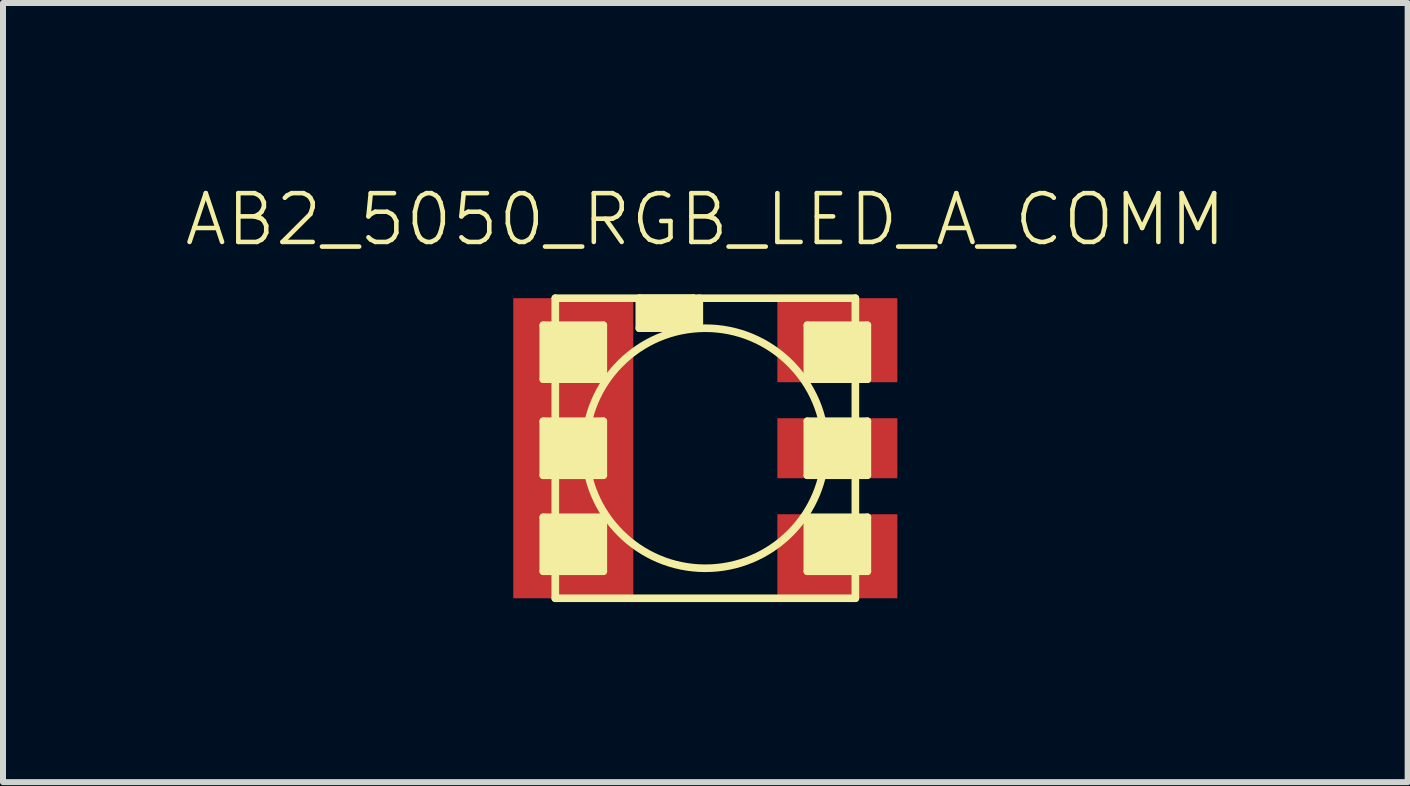
<source format=kicad_pcb>
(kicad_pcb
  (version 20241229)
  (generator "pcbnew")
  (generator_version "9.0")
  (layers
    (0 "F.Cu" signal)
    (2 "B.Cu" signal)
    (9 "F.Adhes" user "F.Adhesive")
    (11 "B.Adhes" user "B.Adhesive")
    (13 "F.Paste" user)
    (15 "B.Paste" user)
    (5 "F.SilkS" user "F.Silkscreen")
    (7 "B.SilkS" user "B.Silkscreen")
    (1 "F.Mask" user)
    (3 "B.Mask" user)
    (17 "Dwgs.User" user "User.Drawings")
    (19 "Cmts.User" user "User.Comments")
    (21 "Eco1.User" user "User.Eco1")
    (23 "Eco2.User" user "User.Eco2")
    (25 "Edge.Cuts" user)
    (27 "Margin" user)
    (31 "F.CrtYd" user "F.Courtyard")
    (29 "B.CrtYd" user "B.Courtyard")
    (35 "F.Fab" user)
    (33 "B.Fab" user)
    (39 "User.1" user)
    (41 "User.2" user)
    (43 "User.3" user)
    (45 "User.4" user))
  (footprint "AB2_5050_RGB_LED_A_COMM"
    (layer "F.Cu")
    (at 8.703 4.419)
    (property "Reference" "AB2_5050_RGB_LED_A_COMM" (at 0 -3.81 0) (layer "F.SilkS") (effects (font (size 0.813 0.813) (thickness 0.076))))
    (attr through_hole)
    (fp_line (start -2.7 -2.05) (end -2.7 -1.15) (stroke (width 0.127) (type solid)) (layer "F.SilkS"))
    (fp_line (start -2.7 -1.15) (end -1.7 -1.15) (stroke (width 0.127) (type solid)) (layer "F.SilkS"))
    (fp_line (start -2.7 -0.45) (end -1.7 -0.45) (stroke (width 0.127) (type solid)) (layer "F.SilkS"))
    (fp_line (start -2.7 0.45) (end -2.7 -0.45) (stroke (width 0.127) (type solid)) (layer "F.SilkS"))
    (fp_line (start -2.7 1.15) (end -2.7 2.05) (stroke (width 0.127) (type solid)) (layer "F.SilkS"))
    (fp_line (start -2.7 2.05) (end -1.7 2.05) (stroke (width 0.127) (type solid)) (layer "F.SilkS"))
    (fp_line (start -2.6 -1.95) (end -2.6 -1.25) (stroke (width 0.127) (type solid)) (layer "F.SilkS"))
    (fp_line (start -2.6 -1.25) (end -1.8 -1.25) (stroke (width 0.127) (type solid)) (layer "F.SilkS"))
    (fp_line (start -2.6 -0.35) (end -1.8 -0.35) (stroke (width 0.127) (type solid)) (layer "F.SilkS"))
    (fp_line (start -2.6 0.35) (end -2.6 -0.35) (stroke (width 0.127) (type solid)) (layer "F.SilkS"))
    (fp_line (start -2.6 1.25) (end -2.6 1.95) (stroke (width 0.127) (type solid)) (layer "F.SilkS"))
    (fp_line (start -2.6 1.95) (end -1.8 1.95) (stroke (width 0.127) (type solid)) (layer "F.SilkS"))
    (fp_line (start -2.5 -2.5) (end 2.5 -2.5) (stroke (width 0.127) (type solid)) (layer "F.SilkS"))
    (fp_line (start -2.5 -0.25) (end -1.9 -0.25) (stroke (width 0.127) (type solid)) (layer "F.SilkS"))
    (fp_line (start -2.5 0.25) (end -2.5 -0.25) (stroke (width 0.127) (type solid)) (layer "F.SilkS"))
    (fp_line (start -2.5 1.35) (end -2.5 1.85) (stroke (width 0.127) (type solid)) (layer "F.SilkS"))
    (fp_line (start -2.5 1.85) (end -1.9 1.85) (stroke (width 0.127) (type solid)) (layer "F.SilkS"))
    (fp_line (start -2.5 2.5) (end -2.5 -2.5) (stroke (width 0.127) (type solid)) (layer "F.SilkS"))
    (fp_line (start -2.4 -1.85) (end -2.4 -1.35) (stroke (width 0.127) (type solid)) (layer "F.SilkS"))
    (fp_line (start -2.4 -1.35) (end -1.9 -1.35) (stroke (width 0.127) (type solid)) (layer "F.SilkS"))
    (fp_line (start -2.4 -0.15) (end -2.05 -0.15) (stroke (width 0.127) (type solid)) (layer "F.SilkS"))
    (fp_line (start -2.4 0.15) (end -2.4 -0.15) (stroke (width 0.127) (type solid)) (layer "F.SilkS"))
    (fp_line (start -2.4 1.45) (end -2.4 1.75) (stroke (width 0.127) (type solid)) (layer "F.SilkS"))
    (fp_line (start -2.4 1.75) (end -2 1.75) (stroke (width 0.127) (type solid)) (layer "F.SilkS"))
    (fp_line (start -2.3 -1.75) (end -2.3 -1.45) (stroke (width 0.127) (type solid)) (layer "F.SilkS"))
    (fp_line (start -2.3 -1.45) (end -2 -1.45) (stroke (width 0.127) (type solid)) (layer "F.SilkS"))
    (fp_line (start -2.3 -0.05) (end -2.15 -0.05) (stroke (width 0.127) (type solid)) (layer "F.SilkS"))
    (fp_line (start -2.3 0.05) (end -2.3 -0.05) (stroke (width 0.127) (type solid)) (layer "F.SilkS"))
    (fp_line (start -2.3 1.55) (end -2.3 1.7) (stroke (width 0.127) (type solid)) (layer "F.SilkS"))
    (fp_line (start -2.3 1.65) (end -2.15 1.65) (stroke (width 0.127) (type solid)) (layer "F.SilkS"))
    (fp_line (start -2.25 1.7) (end -2.1 1.7) (stroke (width 0.127) (type solid)) (layer "F.SilkS"))
    (fp_line (start -2.2 -1.65) (end -2.2 -1.55) (stroke (width 0.127) (type solid)) (layer "F.SilkS"))
    (fp_line (start -2.2 -1.55) (end -2.1 -1.55) (stroke (width 0.127) (type solid)) (layer "F.SilkS"))
    (fp_line (start -2.15 -0.05) (end -2.15 0.05) (stroke (width 0.127) (type solid)) (layer "F.SilkS"))
    (fp_line (start -2.15 0.05) (end -2.3 0.05) (stroke (width 0.127) (type solid)) (layer "F.SilkS"))
    (fp_line (start -2.1 -1.65) (end -2.2 -1.65) (stroke (width 0.127) (type solid)) (layer "F.SilkS"))
    (fp_line (start -2.1 -1.55) (end -2.1 -1.65) (stroke (width 0.127) (type solid)) (layer "F.SilkS"))
    (fp_line (start -2.1 1.55) (end -2.3 1.55) (stroke (width 0.127) (type solid)) (layer "F.SilkS"))
    (fp_line (start -2.1 1.7) (end -2.1 1.6) (stroke (width 0.127) (type solid)) (layer "F.SilkS"))
    (fp_line (start -2.05 -0.15) (end -2.05 0.15) (stroke (width 0.127) (type solid)) (layer "F.SilkS"))
    (fp_line (start -2.05 0.15) (end -2.35 0.15) (stroke (width 0.127) (type solid)) (layer "F.SilkS"))
    (fp_line (start -2 -1.75) (end -2.3 -1.75) (stroke (width 0.127) (type solid)) (layer "F.SilkS"))
    (fp_line (start -2 -1.45) (end -2 -1.75) (stroke (width 0.127) (type solid)) (layer "F.SilkS"))
    (fp_line (start -2 1.45) (end -2.4 1.45) (stroke (width 0.127) (type solid)) (layer "F.SilkS"))
    (fp_line (start -2 1.75) (end -2 1.45) (stroke (width 0.127) (type solid)) (layer "F.SilkS"))
    (fp_line (start -1.9 -1.85) (end -2.4 -1.85) (stroke (width 0.127) (type solid)) (layer "F.SilkS"))
    (fp_line (start -1.9 -1.35) (end -1.9 -1.85) (stroke (width 0.127) (type solid)) (layer "F.SilkS"))
    (fp_line (start -1.9 -0.25) (end -1.9 0.25) (stroke (width 0.127) (type solid)) (layer "F.SilkS"))
    (fp_line (start -1.9 0.25) (end -2.5 0.25) (stroke (width 0.127) (type solid)) (layer "F.SilkS"))
    (fp_line (start -1.9 1.35) (end -2.5 1.35) (stroke (width 0.127) (type solid)) (layer "F.SilkS"))
    (fp_line (start -1.9 1.85) (end -1.9 1.35) (stroke (width 0.127) (type solid)) (layer "F.SilkS"))
    (fp_line (start -1.8 -1.95) (end -2.6 -1.95) (stroke (width 0.127) (type solid)) (layer "F.SilkS"))
    (fp_line (start -1.8 -1.25) (end -1.8 -1.95) (stroke (width 0.127) (type solid)) (layer "F.SilkS"))
    (fp_line (start -1.8 -0.35) (end -1.8 0.35) (stroke (width 0.127) (type solid)) (layer "F.SilkS"))
    (fp_line (start -1.8 0.35) (end -2.6 0.35) (stroke (width 0.127) (type solid)) (layer "F.SilkS"))
    (fp_line (start -1.8 1.25) (end -2.6 1.25) (stroke (width 0.127) (type solid)) (layer "F.SilkS"))
    (fp_line (start -1.8 1.95) (end -1.8 1.25) (stroke (width 0.127) (type solid)) (layer "F.SilkS"))
    (fp_line (start -1.7 -2.05) (end -2.7 -2.05) (stroke (width 0.127) (type solid)) (layer "F.SilkS"))
    (fp_line (start -1.7 -1.15) (end -1.7 -2.05) (stroke (width 0.127) (type solid)) (layer "F.SilkS"))
    (fp_line (start -1.7 -0.45) (end -1.7 0.45) (stroke (width 0.127) (type solid)) (layer "F.SilkS"))
    (fp_line (start -1.7 0.45) (end -2.7 0.45) (stroke (width 0.127) (type solid)) (layer "F.SilkS"))
    (fp_line (start -1.7 1.15) (end -2.7 1.15) (stroke (width 0.127) (type solid)) (layer "F.SilkS"))
    (fp_line (start -1.7 2.05) (end -1.7 1.15) (stroke (width 0.127) (type solid)) (layer "F.SilkS"))
    (fp_line (start -1.1 -2.5) (end -0.2 -2.5) (stroke (width 0.127) (type solid)) (layer "F.SilkS"))
    (fp_line (start -1.1 -2) (end -1.1 -2.5) (stroke (width 0.127) (type solid)) (layer "F.SilkS"))
    (fp_line (start -1 -2.4) (end -0.3 -2.4) (stroke (width 0.127) (type solid)) (layer "F.SilkS"))
    (fp_line (start -1 -2.1) (end -1 -2.4) (stroke (width 0.127) (type solid)) (layer "F.SilkS"))
    (fp_line (start -0.9 -2.3) (end -0.4 -2.3) (stroke (width 0.127) (type solid)) (layer "F.SilkS"))
    (fp_line (start -0.9 -2.2) (end -0.9 -2.3) (stroke (width 0.127) (type solid)) (layer "F.SilkS"))
    (fp_line (start -0.3 -2.4) (end -0.3 -2.2) (stroke (width 0.127) (type solid)) (layer "F.SilkS"))
    (fp_line (start -0.3 -2.2) (end -0.9 -2.2) (stroke (width 0.127) (type solid)) (layer "F.SilkS"))
    (fp_line (start -0.2 -2.5) (end -0.2 -2.1) (stroke (width 0.127) (type solid)) (layer "F.SilkS"))
    (fp_line (start -0.2 -2.1) (end -1 -2.1) (stroke (width 0.127) (type solid)) (layer "F.SilkS"))
    (fp_line (start -0.1 -2.5) (end -0.1 -2) (stroke (width 0.127) (type solid)) (layer "F.SilkS"))
    (fp_line (start -0.1 -2) (end -1.1 -2) (stroke (width 0.127) (type solid)) (layer "F.SilkS"))
    (fp_line (start 1.7 -2.05) (end 2.7 -2.05) (stroke (width 0.127) (type solid)) (layer "F.SilkS"))
    (fp_line (start 1.7 -1.15) (end 1.7 -2.05) (stroke (width 0.127) (type solid)) (layer "F.SilkS"))
    (fp_line (start 1.7 -0.45) (end 1.7 0.45) (stroke (width 0.127) (type solid)) (layer "F.SilkS"))
    (fp_line (start 1.7 0.45) (end 2.7 0.45) (stroke (width 0.127) (type solid)) (layer "F.SilkS"))
    (fp_line (start 1.7 1.15) (end 1.7 2.05) (stroke (width 0.127) (type solid)) (layer "F.SilkS"))
    (fp_line (start 1.7 2.05) (end 2.7 2.05) (stroke (width 0.127) (type solid)) (layer "F.SilkS"))
    (fp_line (start 1.8 -1.95) (end 2.6 -1.95) (stroke (width 0.127) (type solid)) (layer "F.SilkS"))
    (fp_line (start 1.8 -1.3) (end 1.8 -1.95) (stroke (width 0.127) (type solid)) (layer "F.SilkS"))
    (fp_line (start 1.8 -0.35) (end 1.8 0.35) (stroke (width 0.127) (type solid)) (layer "F.SilkS"))
    (fp_line (start 1.8 0.35) (end 2.6 0.35) (stroke (width 0.127) (type solid)) (layer "F.SilkS"))
    (fp_line (start 1.8 1.25) (end 1.8 1.95) (stroke (width 0.127) (type solid)) (layer "F.SilkS"))
    (fp_line (start 1.8 1.95) (end 2.6 1.95) (stroke (width 0.127) (type solid)) (layer "F.SilkS"))
    (fp_line (start 1.9 -1.85) (end 2.4 -1.85) (stroke (width 0.127) (type solid)) (layer "F.SilkS"))
    (fp_line (start 1.9 -1.35) (end 1.9 -1.85) (stroke (width 0.127) (type solid)) (layer "F.SilkS"))
    (fp_line (start 1.9 -0.25) (end 1.9 0.25) (stroke (width 0.127) (type solid)) (layer "F.SilkS"))
    (fp_line (start 1.9 0.25) (end 2.5 0.25) (stroke (width 0.127) (type solid)) (layer "F.SilkS"))
    (fp_line (start 1.9 1.35) (end 1.9 1.85) (stroke (width 0.127) (type solid)) (layer "F.SilkS"))
    (fp_line (start 1.9 1.85) (end 2.55 1.85) (stroke (width 0.127) (type solid)) (layer "F.SilkS"))
    (fp_line (start 2 -1.75) (end 2.3 -1.75) (stroke (width 0.127) (type solid)) (layer "F.SilkS"))
    (fp_line (start 2 -1.45) (end 2 -1.75) (stroke (width 0.127) (type solid)) (layer "F.SilkS"))
    (fp_line (start 2 1.45) (end 2 1.75) (stroke (width 0.127) (type solid)) (layer "F.SilkS"))
    (fp_line (start 2 1.75) (end 2.45 1.75) (stroke (width 0.127) (type solid)) (layer "F.SilkS"))
    (fp_line (start 2.05 -0.15) (end 2.05 0.15) (stroke (width 0.127) (type solid)) (layer "F.SilkS"))
    (fp_line (start 2.05 0.15) (end 2.4 0.15) (stroke (width 0.127) (type solid)) (layer "F.SilkS"))
    (fp_line (start 2.1 -1.65) (end 2.2 -1.65) (stroke (width 0.127) (type solid)) (layer "F.SilkS"))
    (fp_line (start 2.1 -1.55) (end 2.1 -1.65) (stroke (width 0.127) (type solid)) (layer "F.SilkS"))
    (fp_line (start 2.1 1.55) (end 2.1 1.7) (stroke (width 0.127) (type solid)) (layer "F.SilkS"))
    (fp_line (start 2.1 1.65) (end 2.3 1.65) (stroke (width 0.127) (type solid)) (layer "F.SilkS"))
    (fp_line (start 2.1 1.7) (end 2.35 1.7) (stroke (width 0.127) (type solid)) (layer "F.SilkS"))
    (fp_line (start 2.15 -0.05) (end 2.15 0.05) (stroke (width 0.127) (type solid)) (layer "F.SilkS"))
    (fp_line (start 2.15 0.05) (end 2.3 0.05) (stroke (width 0.127) (type solid)) (layer "F.SilkS"))
    (fp_line (start 2.2 -1.65) (end 2.2 -1.55) (stroke (width 0.127) (type solid)) (layer "F.SilkS"))
    (fp_line (start 2.2 -1.55) (end 2.1 -1.55) (stroke (width 0.127) (type solid)) (layer "F.SilkS"))
    (fp_line (start 2.3 -1.75) (end 2.3 -1.45) (stroke (width 0.127) (type solid)) (layer "F.SilkS"))
    (fp_line (start 2.3 -1.45) (end 2 -1.45) (stroke (width 0.127) (type solid)) (layer "F.SilkS"))
    (fp_line (start 2.3 -0.05) (end 2.15 -0.05) (stroke (width 0.127) (type solid)) (layer "F.SilkS"))
    (fp_line (start 2.3 0.05) (end 2.3 -0.05) (stroke (width 0.127) (type solid)) (layer "F.SilkS"))
    (fp_line (start 2.35 1.55) (end 2.1 1.55) (stroke (width 0.127) (type solid)) (layer "F.SilkS"))
    (fp_line (start 2.35 1.7) (end 2.35 1.55) (stroke (width 0.127) (type solid)) (layer "F.SilkS"))
    (fp_line (start 2.4 -1.85) (end 2.4 -1.35) (stroke (width 0.127) (type solid)) (layer "F.SilkS"))
    (fp_line (start 2.4 -1.35) (end 1.9 -1.35) (stroke (width 0.127) (type solid)) (layer "F.SilkS"))
    (fp_line (start 2.4 -0.15) (end 2.05 -0.15) (stroke (width 0.127) (type solid)) (layer "F.SilkS"))
    (fp_line (start 2.4 0.15) (end 2.4 -0.15) (stroke (width 0.127) (type solid)) (layer "F.SilkS"))
    (fp_line (start 2.45 1.45) (end 2 1.45) (stroke (width 0.127) (type solid)) (layer "F.SilkS"))
    (fp_line (start 2.45 1.75) (end 2.45 1.45) (stroke (width 0.127) (type solid)) (layer "F.SilkS"))
    (fp_line (start 2.5 -2.5) (end 2.5 2.5) (stroke (width 0.127) (type solid)) (layer "F.SilkS"))
    (fp_line (start 2.5 -0.25) (end 1.9 -0.25) (stroke (width 0.127) (type solid)) (layer "F.SilkS"))
    (fp_line (start 2.5 0.25) (end 2.5 -0.25) (stroke (width 0.127) (type solid)) (layer "F.SilkS"))
    (fp_line (start 2.5 2.5) (end -2.5 2.5) (stroke (width 0.127) (type solid)) (layer "F.SilkS"))
    (fp_line (start 2.55 1.35) (end 1.9 1.35) (stroke (width 0.127) (type solid)) (layer "F.SilkS"))
    (fp_line (start 2.55 1.85) (end 2.55 1.35) (stroke (width 0.127) (type solid)) (layer "F.SilkS"))
    (fp_line (start 2.6 -1.95) (end 2.6 -1.25) (stroke (width 0.127) (type solid)) (layer "F.SilkS"))
    (fp_line (start 2.6 -1.25) (end 1.8 -1.25) (stroke (width 0.127) (type solid)) (layer "F.SilkS"))
    (fp_line (start 2.6 -0.35) (end 1.8 -0.35) (stroke (width 0.127) (type solid)) (layer "F.SilkS"))
    (fp_line (start 2.6 0.35) (end 2.6 -0.35) (stroke (width 0.127) (type solid)) (layer "F.SilkS"))
    (fp_line (start 2.6 1.25) (end 1.8 1.25) (stroke (width 0.127) (type solid)) (layer "F.SilkS"))
    (fp_line (start 2.6 1.95) (end 2.6 1.25) (stroke (width 0.127) (type solid)) (layer "F.SilkS"))
    (fp_line (start 2.7 -2.05) (end 2.7 -1.15) (stroke (width 0.127) (type solid)) (layer "F.SilkS"))
    (fp_line (start 2.7 -1.15) (end 1.7 -1.15) (stroke (width 0.127) (type solid)) (layer "F.SilkS"))
    (fp_line (start 2.7 -0.45) (end 1.7 -0.45) (stroke (width 0.127) (type solid)) (layer "F.SilkS"))
    (fp_line (start 2.7 0.45) (end 2.7 -0.45) (stroke (width 0.127) (type solid)) (layer "F.SilkS"))
    (fp_line (start 2.7 1.15) (end 1.7 1.15) (stroke (width 0.127) (type solid)) (layer "F.SilkS"))
    (fp_line (start 2.7 2.05) (end 2.7 1.15) (stroke (width 0.127) (type solid)) (layer "F.SilkS"))
    (fp_circle (center 0 0) (end 0 -2) (stroke (width 0.127) (type solid)) (fill no) (layer "F.SilkS"))
    (pad "0" smd rect (at -2.2 0) (size 2 5) (layers "F.Cu" "F.Mask" "F.Paste"))
    (pad "4" smd rect (at 2.2 1.8) (size 2 1.4) (layers "F.Cu" "F.Mask" "F.Paste"))
    (pad "5" smd rect (at 2.2 0) (size 2 1) (layers "F.Cu" "F.Mask" "F.Paste"))
    (pad "6" smd rect (at 2.2 -1.8) (size 2 1.4) (layers "F.Cu" "F.Mask" "F.Paste")))
  (gr_rect
    (start -3 -3)
    (end 20.406 9.983)
    (stroke (width 0.1) (type default))
    (fill no)
    (layer "Edge.Cuts")))
</source>
